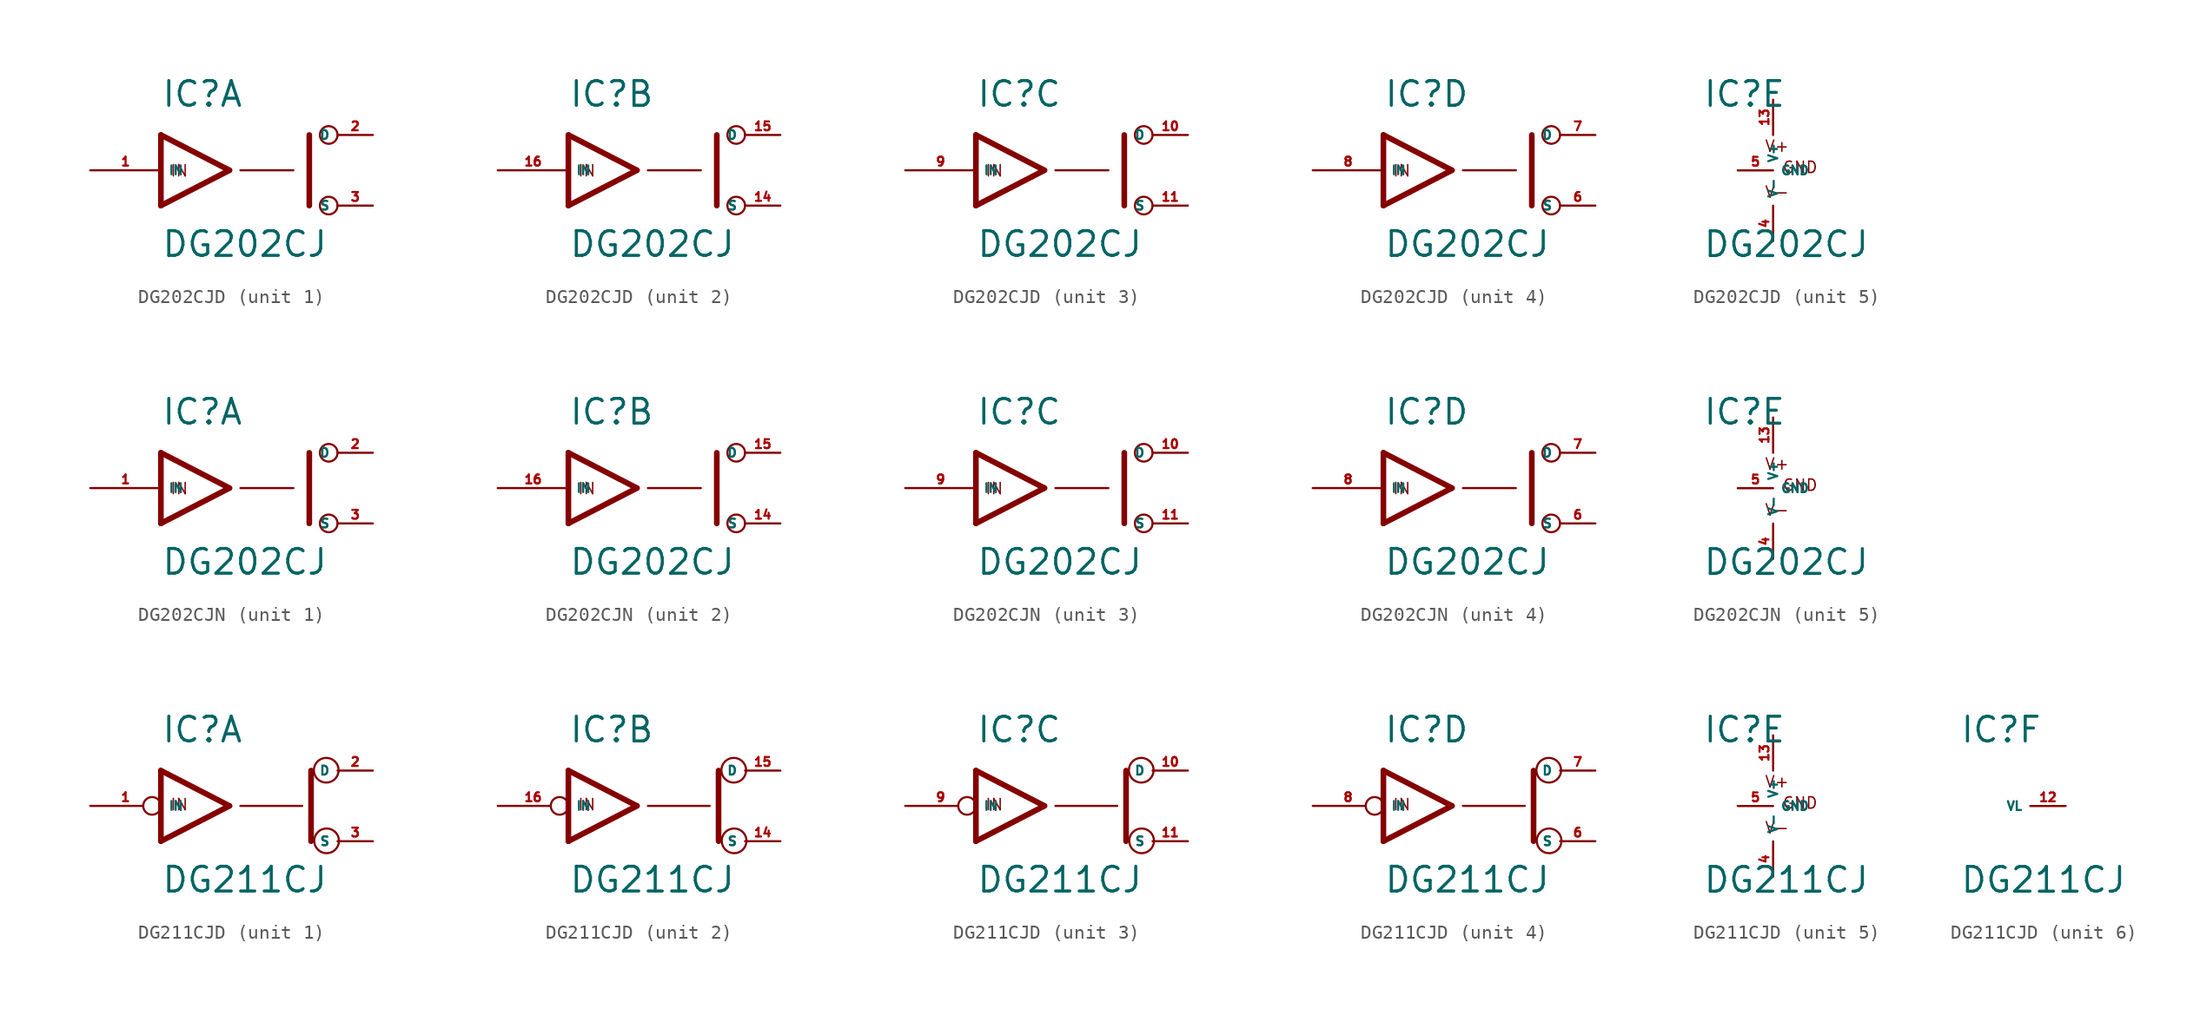
<source format=kicad_sym>
(kicad_symbol_lib
  (version 20220914)
  (generator Eagle2Kicad)
  (symbol "DG202CJD"
    (property "Reference" "IC"
      (at -5.08 4.445 0)
      (effects (font (size 1.778 1.778) (thickness 0.22)) (justify left bottom)))
    (property "Value" "DG202CJ"
      (at -5.08 -6.35 0)
      (effects (font (size 1.778 1.778) (thickness 0.22)) (justify left bottom)))
    (symbol "DG202CJD_1_0"
      (polyline (pts (xy -0.152 0) (xy -5.08 2.54)) (stroke (width 0.406) (type default)) (fill (type none)))
      (polyline (pts (xy -5.08 -2.54) (xy -0.152 0)) (stroke (width 0.406) (type default)) (fill (type none)))
      (polyline (pts (xy -5.08 2.54) (xy -5.08 -2.54)) (stroke (width 0.406) (type default)) (fill (type none)))
      (polyline (pts (xy 5.588 -2.54) (xy 5.588 2.54)) (stroke (width 0.406) (type default)) (fill (type none)))
      (polyline (pts (xy 0.635 0) (xy 4.445 0)) (stroke (width 0.152) (type default)) (fill (type none)))
      (text "IN" (at -4.445 -0.508 0) (effects (font (size 0.813 0.813) (thickness 0.10)) (justify left bottom)))
      (circle (center 6.985 2.54) (radius 0.635) (stroke (width 0.152) (type default)) (fill (type none)))
      (circle (center 6.985 -2.54) (radius 0.635) (stroke (width 0.152) (type default)) (fill (type none)))
      (pin bidirectional line (at 10.16 2.54 180) (length 2.54) (name "D" (effects (font (size 0.635 0.635) (thickness 0.08)) (justify left bottom))) (number "2" (effects (font (size 0.635 0.635) (thickness 0.08)) (justify left bottom))))
      (pin input line (at -10.16 0 0) (length 5.08) (name "IN" (effects (font (size 0.635 0.635) (thickness 0.08)) (justify left bottom))) (number "1" (effects (font (size 0.635 0.635) (thickness 0.08)) (justify left bottom))))
      (pin bidirectional line (at 10.16 -2.54 180) (length 2.54) (name "S" (effects (font (size 0.635 0.635) (thickness 0.08)) (justify left bottom))) (number "3" (effects (font (size 0.635 0.635) (thickness 0.08)) (justify left bottom)))))
    (symbol "DG202CJD_2_0"
      (polyline (pts (xy -0.152 0) (xy -5.08 2.54)) (stroke (width 0.406) (type default)) (fill (type none)))
      (polyline (pts (xy -5.08 -2.54) (xy -0.152 0)) (stroke (width 0.406) (type default)) (fill (type none)))
      (polyline (pts (xy -5.08 2.54) (xy -5.08 -2.54)) (stroke (width 0.406) (type default)) (fill (type none)))
      (polyline (pts (xy 5.588 -2.54) (xy 5.588 2.54)) (stroke (width 0.406) (type default)) (fill (type none)))
      (polyline (pts (xy 0.635 0) (xy 4.445 0)) (stroke (width 0.152) (type default)) (fill (type none)))
      (text "IN" (at -4.445 -0.508 0) (effects (font (size 0.813 0.813) (thickness 0.10)) (justify left bottom)))
      (circle (center 6.985 2.54) (radius 0.635) (stroke (width 0.152) (type default)) (fill (type none)))
      (circle (center 6.985 -2.54) (radius 0.635) (stroke (width 0.152) (type default)) (fill (type none)))
      (pin bidirectional line (at 10.16 2.54 180) (length 2.54) (name "D" (effects (font (size 0.635 0.635) (thickness 0.08)) (justify left bottom))) (number "15" (effects (font (size 0.635 0.635) (thickness 0.08)) (justify left bottom))))
      (pin input line (at -10.16 0 0) (length 5.08) (name "IN" (effects (font (size 0.635 0.635) (thickness 0.08)) (justify left bottom))) (number "16" (effects (font (size 0.635 0.635) (thickness 0.08)) (justify left bottom))))
      (pin bidirectional line (at 10.16 -2.54 180) (length 2.54) (name "S" (effects (font (size 0.635 0.635) (thickness 0.08)) (justify left bottom))) (number "14" (effects (font (size 0.635 0.635) (thickness 0.08)) (justify left bottom)))))
    (symbol "DG202CJD_3_0"
      (polyline (pts (xy -0.152 0) (xy -5.08 2.54)) (stroke (width 0.406) (type default)) (fill (type none)))
      (polyline (pts (xy -5.08 -2.54) (xy -0.152 0)) (stroke (width 0.406) (type default)) (fill (type none)))
      (polyline (pts (xy -5.08 2.54) (xy -5.08 -2.54)) (stroke (width 0.406) (type default)) (fill (type none)))
      (polyline (pts (xy 5.588 -2.54) (xy 5.588 2.54)) (stroke (width 0.406) (type default)) (fill (type none)))
      (polyline (pts (xy 0.635 0) (xy 4.445 0)) (stroke (width 0.152) (type default)) (fill (type none)))
      (text "IN" (at -4.445 -0.508 0) (effects (font (size 0.813 0.813) (thickness 0.10)) (justify left bottom)))
      (circle (center 6.985 2.54) (radius 0.635) (stroke (width 0.152) (type default)) (fill (type none)))
      (circle (center 6.985 -2.54) (radius 0.635) (stroke (width 0.152) (type default)) (fill (type none)))
      (pin bidirectional line (at 10.16 2.54 180) (length 2.54) (name "D" (effects (font (size 0.635 0.635) (thickness 0.08)) (justify left bottom))) (number "10" (effects (font (size 0.635 0.635) (thickness 0.08)) (justify left bottom))))
      (pin input line (at -10.16 0 0) (length 5.08) (name "IN" (effects (font (size 0.635 0.635) (thickness 0.08)) (justify left bottom))) (number "9" (effects (font (size 0.635 0.635) (thickness 0.08)) (justify left bottom))))
      (pin bidirectional line (at 10.16 -2.54 180) (length 2.54) (name "S" (effects (font (size 0.635 0.635) (thickness 0.08)) (justify left bottom))) (number "11" (effects (font (size 0.635 0.635) (thickness 0.08)) (justify left bottom)))))
    (symbol "DG202CJD_4_0"
      (polyline (pts (xy -0.152 0) (xy -5.08 2.54)) (stroke (width 0.406) (type default)) (fill (type none)))
      (polyline (pts (xy -5.08 -2.54) (xy -0.152 0)) (stroke (width 0.406) (type default)) (fill (type none)))
      (polyline (pts (xy -5.08 2.54) (xy -5.08 -2.54)) (stroke (width 0.406) (type default)) (fill (type none)))
      (polyline (pts (xy 5.588 -2.54) (xy 5.588 2.54)) (stroke (width 0.406) (type default)) (fill (type none)))
      (polyline (pts (xy 0.635 0) (xy 4.445 0)) (stroke (width 0.152) (type default)) (fill (type none)))
      (text "IN" (at -4.445 -0.508 0) (effects (font (size 0.813 0.813) (thickness 0.10)) (justify left bottom)))
      (circle (center 6.985 2.54) (radius 0.635) (stroke (width 0.152) (type default)) (fill (type none)))
      (circle (center 6.985 -2.54) (radius 0.635) (stroke (width 0.152) (type default)) (fill (type none)))
      (pin bidirectional line (at 10.16 2.54 180) (length 2.54) (name "D" (effects (font (size 0.635 0.635) (thickness 0.08)) (justify left bottom))) (number "7" (effects (font (size 0.635 0.635) (thickness 0.08)) (justify left bottom))))
      (pin input line (at -10.16 0 0) (length 5.08) (name "IN" (effects (font (size 0.635 0.635) (thickness 0.08)) (justify left bottom))) (number "8" (effects (font (size 0.635 0.635) (thickness 0.08)) (justify left bottom))))
      (pin bidirectional line (at 10.16 -2.54 180) (length 2.54) (name "S" (effects (font (size 0.635 0.635) (thickness 0.08)) (justify left bottom))) (number "6" (effects (font (size 0.635 0.635) (thickness 0.08)) (justify left bottom)))))
    (symbol "DG202CJD_5_0"
      (text "V+" (at -0.635 1.27 0) (effects (font (size 0.813 0.813) (thickness 0.10)) (justify left bottom)))
      (text "V-" (at -0.635 -2.032 0) (effects (font (size 0.813 0.813) (thickness 0.10)) (justify left bottom)))
      (text "GND" (at 0.635 -0.254 0) (effects (font (size 0.813 0.813) (thickness 0.10)) (justify left bottom)))
      (pin unspecified line (at 0 5.08 270) (length 2.54) (name "V+" (effects (font (size 0.635 0.635) (thickness 0.08)) (justify left bottom))) (number "13" (effects (font (size 0.635 0.635) (thickness 0.08)) (justify left bottom))))
      (pin unspecified line (at 0 -5.08 90) (length 2.54) (name "V-" (effects (font (size 0.635 0.635) (thickness 0.08)) (justify left bottom))) (number "4" (effects (font (size 0.635 0.635) (thickness 0.08)) (justify left bottom))))
      (pin unspecified line (at -2.54 0 0) (length 2.54) (name "GND" (effects (font (size 0.635 0.635) (thickness 0.08)) (justify left bottom))) (number "5" (effects (font (size 0.635 0.635) (thickness 0.08)) (justify left bottom))))))
  (symbol "DG202CJN"
    (property "Reference" "IC"
      (at -5.08 4.445 0)
      (effects (font (size 1.778 1.778) (thickness 0.22)) (justify left bottom)))
    (property "Value" "DG202CJ"
      (at -5.08 -6.35 0)
      (effects (font (size 1.778 1.778) (thickness 0.22)) (justify left bottom)))
    (symbol "DG202CJN_1_0"
      (polyline (pts (xy -0.152 0) (xy -5.08 2.54)) (stroke (width 0.406) (type default)) (fill (type none)))
      (polyline (pts (xy -5.08 -2.54) (xy -0.152 0)) (stroke (width 0.406) (type default)) (fill (type none)))
      (polyline (pts (xy -5.08 2.54) (xy -5.08 -2.54)) (stroke (width 0.406) (type default)) (fill (type none)))
      (polyline (pts (xy 5.588 -2.54) (xy 5.588 2.54)) (stroke (width 0.406) (type default)) (fill (type none)))
      (polyline (pts (xy 0.635 0) (xy 4.445 0)) (stroke (width 0.152) (type default)) (fill (type none)))
      (text "IN" (at -4.445 -0.508 0) (effects (font (size 0.813 0.813) (thickness 0.10)) (justify left bottom)))
      (circle (center 6.985 2.54) (radius 0.635) (stroke (width 0.152) (type default)) (fill (type none)))
      (circle (center 6.985 -2.54) (radius 0.635) (stroke (width 0.152) (type default)) (fill (type none)))
      (pin bidirectional line (at 10.16 2.54 180) (length 2.54) (name "D" (effects (font (size 0.635 0.635) (thickness 0.08)) (justify left bottom))) (number "2" (effects (font (size 0.635 0.635) (thickness 0.08)) (justify left bottom))))
      (pin input line (at -10.16 0 0) (length 5.08) (name "IN" (effects (font (size 0.635 0.635) (thickness 0.08)) (justify left bottom))) (number "1" (effects (font (size 0.635 0.635) (thickness 0.08)) (justify left bottom))))
      (pin bidirectional line (at 10.16 -2.54 180) (length 2.54) (name "S" (effects (font (size 0.635 0.635) (thickness 0.08)) (justify left bottom))) (number "3" (effects (font (size 0.635 0.635) (thickness 0.08)) (justify left bottom)))))
    (symbol "DG202CJN_2_0"
      (polyline (pts (xy -0.152 0) (xy -5.08 2.54)) (stroke (width 0.406) (type default)) (fill (type none)))
      (polyline (pts (xy -5.08 -2.54) (xy -0.152 0)) (stroke (width 0.406) (type default)) (fill (type none)))
      (polyline (pts (xy -5.08 2.54) (xy -5.08 -2.54)) (stroke (width 0.406) (type default)) (fill (type none)))
      (polyline (pts (xy 5.588 -2.54) (xy 5.588 2.54)) (stroke (width 0.406) (type default)) (fill (type none)))
      (polyline (pts (xy 0.635 0) (xy 4.445 0)) (stroke (width 0.152) (type default)) (fill (type none)))
      (text "IN" (at -4.445 -0.508 0) (effects (font (size 0.813 0.813) (thickness 0.10)) (justify left bottom)))
      (circle (center 6.985 2.54) (radius 0.635) (stroke (width 0.152) (type default)) (fill (type none)))
      (circle (center 6.985 -2.54) (radius 0.635) (stroke (width 0.152) (type default)) (fill (type none)))
      (pin bidirectional line (at 10.16 2.54 180) (length 2.54) (name "D" (effects (font (size 0.635 0.635) (thickness 0.08)) (justify left bottom))) (number "15" (effects (font (size 0.635 0.635) (thickness 0.08)) (justify left bottom))))
      (pin input line (at -10.16 0 0) (length 5.08) (name "IN" (effects (font (size 0.635 0.635) (thickness 0.08)) (justify left bottom))) (number "16" (effects (font (size 0.635 0.635) (thickness 0.08)) (justify left bottom))))
      (pin bidirectional line (at 10.16 -2.54 180) (length 2.54) (name "S" (effects (font (size 0.635 0.635) (thickness 0.08)) (justify left bottom))) (number "14" (effects (font (size 0.635 0.635) (thickness 0.08)) (justify left bottom)))))
    (symbol "DG202CJN_3_0"
      (polyline (pts (xy -0.152 0) (xy -5.08 2.54)) (stroke (width 0.406) (type default)) (fill (type none)))
      (polyline (pts (xy -5.08 -2.54) (xy -0.152 0)) (stroke (width 0.406) (type default)) (fill (type none)))
      (polyline (pts (xy -5.08 2.54) (xy -5.08 -2.54)) (stroke (width 0.406) (type default)) (fill (type none)))
      (polyline (pts (xy 5.588 -2.54) (xy 5.588 2.54)) (stroke (width 0.406) (type default)) (fill (type none)))
      (polyline (pts (xy 0.635 0) (xy 4.445 0)) (stroke (width 0.152) (type default)) (fill (type none)))
      (text "IN" (at -4.445 -0.508 0) (effects (font (size 0.813 0.813) (thickness 0.10)) (justify left bottom)))
      (circle (center 6.985 2.54) (radius 0.635) (stroke (width 0.152) (type default)) (fill (type none)))
      (circle (center 6.985 -2.54) (radius 0.635) (stroke (width 0.152) (type default)) (fill (type none)))
      (pin bidirectional line (at 10.16 2.54 180) (length 2.54) (name "D" (effects (font (size 0.635 0.635) (thickness 0.08)) (justify left bottom))) (number "10" (effects (font (size 0.635 0.635) (thickness 0.08)) (justify left bottom))))
      (pin input line (at -10.16 0 0) (length 5.08) (name "IN" (effects (font (size 0.635 0.635) (thickness 0.08)) (justify left bottom))) (number "9" (effects (font (size 0.635 0.635) (thickness 0.08)) (justify left bottom))))
      (pin bidirectional line (at 10.16 -2.54 180) (length 2.54) (name "S" (effects (font (size 0.635 0.635) (thickness 0.08)) (justify left bottom))) (number "11" (effects (font (size 0.635 0.635) (thickness 0.08)) (justify left bottom)))))
    (symbol "DG202CJN_4_0"
      (polyline (pts (xy -0.152 0) (xy -5.08 2.54)) (stroke (width 0.406) (type default)) (fill (type none)))
      (polyline (pts (xy -5.08 -2.54) (xy -0.152 0)) (stroke (width 0.406) (type default)) (fill (type none)))
      (polyline (pts (xy -5.08 2.54) (xy -5.08 -2.54)) (stroke (width 0.406) (type default)) (fill (type none)))
      (polyline (pts (xy 5.588 -2.54) (xy 5.588 2.54)) (stroke (width 0.406) (type default)) (fill (type none)))
      (polyline (pts (xy 0.635 0) (xy 4.445 0)) (stroke (width 0.152) (type default)) (fill (type none)))
      (text "IN" (at -4.445 -0.508 0) (effects (font (size 0.813 0.813) (thickness 0.10)) (justify left bottom)))
      (circle (center 6.985 2.54) (radius 0.635) (stroke (width 0.152) (type default)) (fill (type none)))
      (circle (center 6.985 -2.54) (radius 0.635) (stroke (width 0.152) (type default)) (fill (type none)))
      (pin bidirectional line (at 10.16 2.54 180) (length 2.54) (name "D" (effects (font (size 0.635 0.635) (thickness 0.08)) (justify left bottom))) (number "7" (effects (font (size 0.635 0.635) (thickness 0.08)) (justify left bottom))))
      (pin input line (at -10.16 0 0) (length 5.08) (name "IN" (effects (font (size 0.635 0.635) (thickness 0.08)) (justify left bottom))) (number "8" (effects (font (size 0.635 0.635) (thickness 0.08)) (justify left bottom))))
      (pin bidirectional line (at 10.16 -2.54 180) (length 2.54) (name "S" (effects (font (size 0.635 0.635) (thickness 0.08)) (justify left bottom))) (number "6" (effects (font (size 0.635 0.635) (thickness 0.08)) (justify left bottom)))))
    (symbol "DG202CJN_5_0"
      (text "V+" (at -0.635 1.27 0) (effects (font (size 0.813 0.813) (thickness 0.10)) (justify left bottom)))
      (text "V-" (at -0.635 -2.032 0) (effects (font (size 0.813 0.813) (thickness 0.10)) (justify left bottom)))
      (text "GND" (at 0.635 -0.254 0) (effects (font (size 0.813 0.813) (thickness 0.10)) (justify left bottom)))
      (pin unspecified line (at 0 5.08 270) (length 2.54) (name "V+" (effects (font (size 0.635 0.635) (thickness 0.08)) (justify left bottom))) (number "13" (effects (font (size 0.635 0.635) (thickness 0.08)) (justify left bottom))))
      (pin unspecified line (at 0 -5.08 90) (length 2.54) (name "V-" (effects (font (size 0.635 0.635) (thickness 0.08)) (justify left bottom))) (number "4" (effects (font (size 0.635 0.635) (thickness 0.08)) (justify left bottom))))
      (pin unspecified line (at -2.54 0 0) (length 2.54) (name "GND" (effects (font (size 0.635 0.635) (thickness 0.08)) (justify left bottom))) (number "5" (effects (font (size 0.635 0.635) (thickness 0.08)) (justify left bottom))))))
  (symbol "DG211CJD"
    (property "Reference" "IC"
      (at -5.08 4.445 0)
      (effects (font (size 1.778 1.778) (thickness 0.22)) (justify left bottom)))
    (property "Value" "DG211CJ"
      (at -5.08 -6.35 0)
      (effects (font (size 1.778 1.778) (thickness 0.22)) (justify left bottom)))
    (symbol "DG211CJD_1_0"
      (polyline (pts (xy -0.152 0) (xy -5.08 2.54)) (stroke (width 0.406) (type default)) (fill (type none)))
      (polyline (pts (xy -5.08 -2.54) (xy -0.152 0)) (stroke (width 0.406) (type default)) (fill (type none)))
      (polyline (pts (xy -5.08 2.54) (xy -5.08 -2.54)) (stroke (width 0.406) (type default)) (fill (type none)))
      (polyline (pts (xy 5.715 -2.54) (xy 5.715 2.54)) (stroke (width 0.406) (type default)) (fill (type none)))
      (polyline (pts (xy 0.635 0) (xy 5.08 0)) (stroke (width 0.152) (type default)) (fill (type none)))
      (text "IN" (at -4.445 -0.381 0) (effects (font (size 0.813 0.813) (thickness 0.10)) (justify left bottom)))
      (circle (center 6.833 -2.515) (radius 0.889) (stroke (width 0.152) (type default)) (fill (type none)))
      (circle (center 6.807 2.565) (radius 0.889) (stroke (width 0.152) (type default)) (fill (type none)))
      (pin bidirectional line (at 10.16 2.54 180) (length 2.54) (name "D" (effects (font (size 0.635 0.635) (thickness 0.08)) (justify left bottom))) (number "2" (effects (font (size 0.635 0.635) (thickness 0.08)) (justify left bottom))))
      (pin input inverted (at -10.16 0 0) (length 5.08) (name "IN" (effects (font (size 0.635 0.635) (thickness 0.08)) (justify left bottom))) (number "1" (effects (font (size 0.635 0.635) (thickness 0.08)) (justify left bottom))))
      (pin bidirectional line (at 10.16 -2.54 180) (length 2.54) (name "S" (effects (font (size 0.635 0.635) (thickness 0.08)) (justify left bottom))) (number "3" (effects (font (size 0.635 0.635) (thickness 0.08)) (justify left bottom)))))
    (symbol "DG211CJD_2_0"
      (polyline (pts (xy -0.152 0) (xy -5.08 2.54)) (stroke (width 0.406) (type default)) (fill (type none)))
      (polyline (pts (xy -5.08 -2.54) (xy -0.152 0)) (stroke (width 0.406) (type default)) (fill (type none)))
      (polyline (pts (xy -5.08 2.54) (xy -5.08 -2.54)) (stroke (width 0.406) (type default)) (fill (type none)))
      (polyline (pts (xy 5.715 -2.54) (xy 5.715 2.54)) (stroke (width 0.406) (type default)) (fill (type none)))
      (polyline (pts (xy 0.635 0) (xy 5.08 0)) (stroke (width 0.152) (type default)) (fill (type none)))
      (text "IN" (at -4.445 -0.381 0) (effects (font (size 0.813 0.813) (thickness 0.10)) (justify left bottom)))
      (circle (center 6.833 -2.515) (radius 0.889) (stroke (width 0.152) (type default)) (fill (type none)))
      (circle (center 6.807 2.565) (radius 0.889) (stroke (width 0.152) (type default)) (fill (type none)))
      (pin bidirectional line (at 10.16 2.54 180) (length 2.54) (name "D" (effects (font (size 0.635 0.635) (thickness 0.08)) (justify left bottom))) (number "15" (effects (font (size 0.635 0.635) (thickness 0.08)) (justify left bottom))))
      (pin input inverted (at -10.16 0 0) (length 5.08) (name "IN" (effects (font (size 0.635 0.635) (thickness 0.08)) (justify left bottom))) (number "16" (effects (font (size 0.635 0.635) (thickness 0.08)) (justify left bottom))))
      (pin bidirectional line (at 10.16 -2.54 180) (length 2.54) (name "S" (effects (font (size 0.635 0.635) (thickness 0.08)) (justify left bottom))) (number "14" (effects (font (size 0.635 0.635) (thickness 0.08)) (justify left bottom)))))
    (symbol "DG211CJD_3_0"
      (polyline (pts (xy -0.152 0) (xy -5.08 2.54)) (stroke (width 0.406) (type default)) (fill (type none)))
      (polyline (pts (xy -5.08 -2.54) (xy -0.152 0)) (stroke (width 0.406) (type default)) (fill (type none)))
      (polyline (pts (xy -5.08 2.54) (xy -5.08 -2.54)) (stroke (width 0.406) (type default)) (fill (type none)))
      (polyline (pts (xy 5.715 -2.54) (xy 5.715 2.54)) (stroke (width 0.406) (type default)) (fill (type none)))
      (polyline (pts (xy 0.635 0) (xy 5.08 0)) (stroke (width 0.152) (type default)) (fill (type none)))
      (text "IN" (at -4.445 -0.381 0) (effects (font (size 0.813 0.813) (thickness 0.10)) (justify left bottom)))
      (circle (center 6.833 -2.515) (radius 0.889) (stroke (width 0.152) (type default)) (fill (type none)))
      (circle (center 6.807 2.565) (radius 0.889) (stroke (width 0.152) (type default)) (fill (type none)))
      (pin bidirectional line (at 10.16 2.54 180) (length 2.54) (name "D" (effects (font (size 0.635 0.635) (thickness 0.08)) (justify left bottom))) (number "10" (effects (font (size 0.635 0.635) (thickness 0.08)) (justify left bottom))))
      (pin input inverted (at -10.16 0 0) (length 5.08) (name "IN" (effects (font (size 0.635 0.635) (thickness 0.08)) (justify left bottom))) (number "9" (effects (font (size 0.635 0.635) (thickness 0.08)) (justify left bottom))))
      (pin bidirectional line (at 10.16 -2.54 180) (length 2.54) (name "S" (effects (font (size 0.635 0.635) (thickness 0.08)) (justify left bottom))) (number "11" (effects (font (size 0.635 0.635) (thickness 0.08)) (justify left bottom)))))
    (symbol "DG211CJD_4_0"
      (polyline (pts (xy -0.152 0) (xy -5.08 2.54)) (stroke (width 0.406) (type default)) (fill (type none)))
      (polyline (pts (xy -5.08 -2.54) (xy -0.152 0)) (stroke (width 0.406) (type default)) (fill (type none)))
      (polyline (pts (xy -5.08 2.54) (xy -5.08 -2.54)) (stroke (width 0.406) (type default)) (fill (type none)))
      (polyline (pts (xy 5.715 -2.54) (xy 5.715 2.54)) (stroke (width 0.406) (type default)) (fill (type none)))
      (polyline (pts (xy 0.635 0) (xy 5.08 0)) (stroke (width 0.152) (type default)) (fill (type none)))
      (text "IN" (at -4.445 -0.381 0) (effects (font (size 0.813 0.813) (thickness 0.10)) (justify left bottom)))
      (circle (center 6.833 -2.515) (radius 0.889) (stroke (width 0.152) (type default)) (fill (type none)))
      (circle (center 6.807 2.565) (radius 0.889) (stroke (width 0.152) (type default)) (fill (type none)))
      (pin bidirectional line (at 10.16 2.54 180) (length 2.54) (name "D" (effects (font (size 0.635 0.635) (thickness 0.08)) (justify left bottom))) (number "7" (effects (font (size 0.635 0.635) (thickness 0.08)) (justify left bottom))))
      (pin input inverted (at -10.16 0 0) (length 5.08) (name "IN" (effects (font (size 0.635 0.635) (thickness 0.08)) (justify left bottom))) (number "8" (effects (font (size 0.635 0.635) (thickness 0.08)) (justify left bottom))))
      (pin bidirectional line (at 10.16 -2.54 180) (length 2.54) (name "S" (effects (font (size 0.635 0.635) (thickness 0.08)) (justify left bottom))) (number "6" (effects (font (size 0.635 0.635) (thickness 0.08)) (justify left bottom)))))
    (symbol "DG211CJD_5_0"
      (text "V+" (at -0.635 1.27 0) (effects (font (size 0.813 0.813) (thickness 0.10)) (justify left bottom)))
      (text "V-" (at -0.635 -2.032 0) (effects (font (size 0.813 0.813) (thickness 0.10)) (justify left bottom)))
      (text "GND" (at 0.635 -0.254 0) (effects (font (size 0.813 0.813) (thickness 0.10)) (justify left bottom)))
      (pin unspecified line (at 0 5.08 270) (length 2.54) (name "V+" (effects (font (size 0.635 0.635) (thickness 0.08)) (justify left bottom))) (number "13" (effects (font (size 0.635 0.635) (thickness 0.08)) (justify left bottom))))
      (pin unspecified line (at 0 -5.08 90) (length 2.54) (name "V-" (effects (font (size 0.635 0.635) (thickness 0.08)) (justify left bottom))) (number "4" (effects (font (size 0.635 0.635) (thickness 0.08)) (justify left bottom))))
      (pin unspecified line (at -2.54 0 0) (length 2.54) (name "GND" (effects (font (size 0.635 0.635) (thickness 0.08)) (justify left bottom))) (number "5" (effects (font (size 0.635 0.635) (thickness 0.08)) (justify left bottom)))))
    (symbol "DG211CJD_6_0"
      (pin input line (at 2.54 0 180) (length 2.54) (name "VL" (effects (font (size 0.635 0.635) (thickness 0.08)) (justify left bottom))) (number "12" (effects (font (size 0.635 0.635) (thickness 0.08)) (justify left bottom)))))))
</source>
